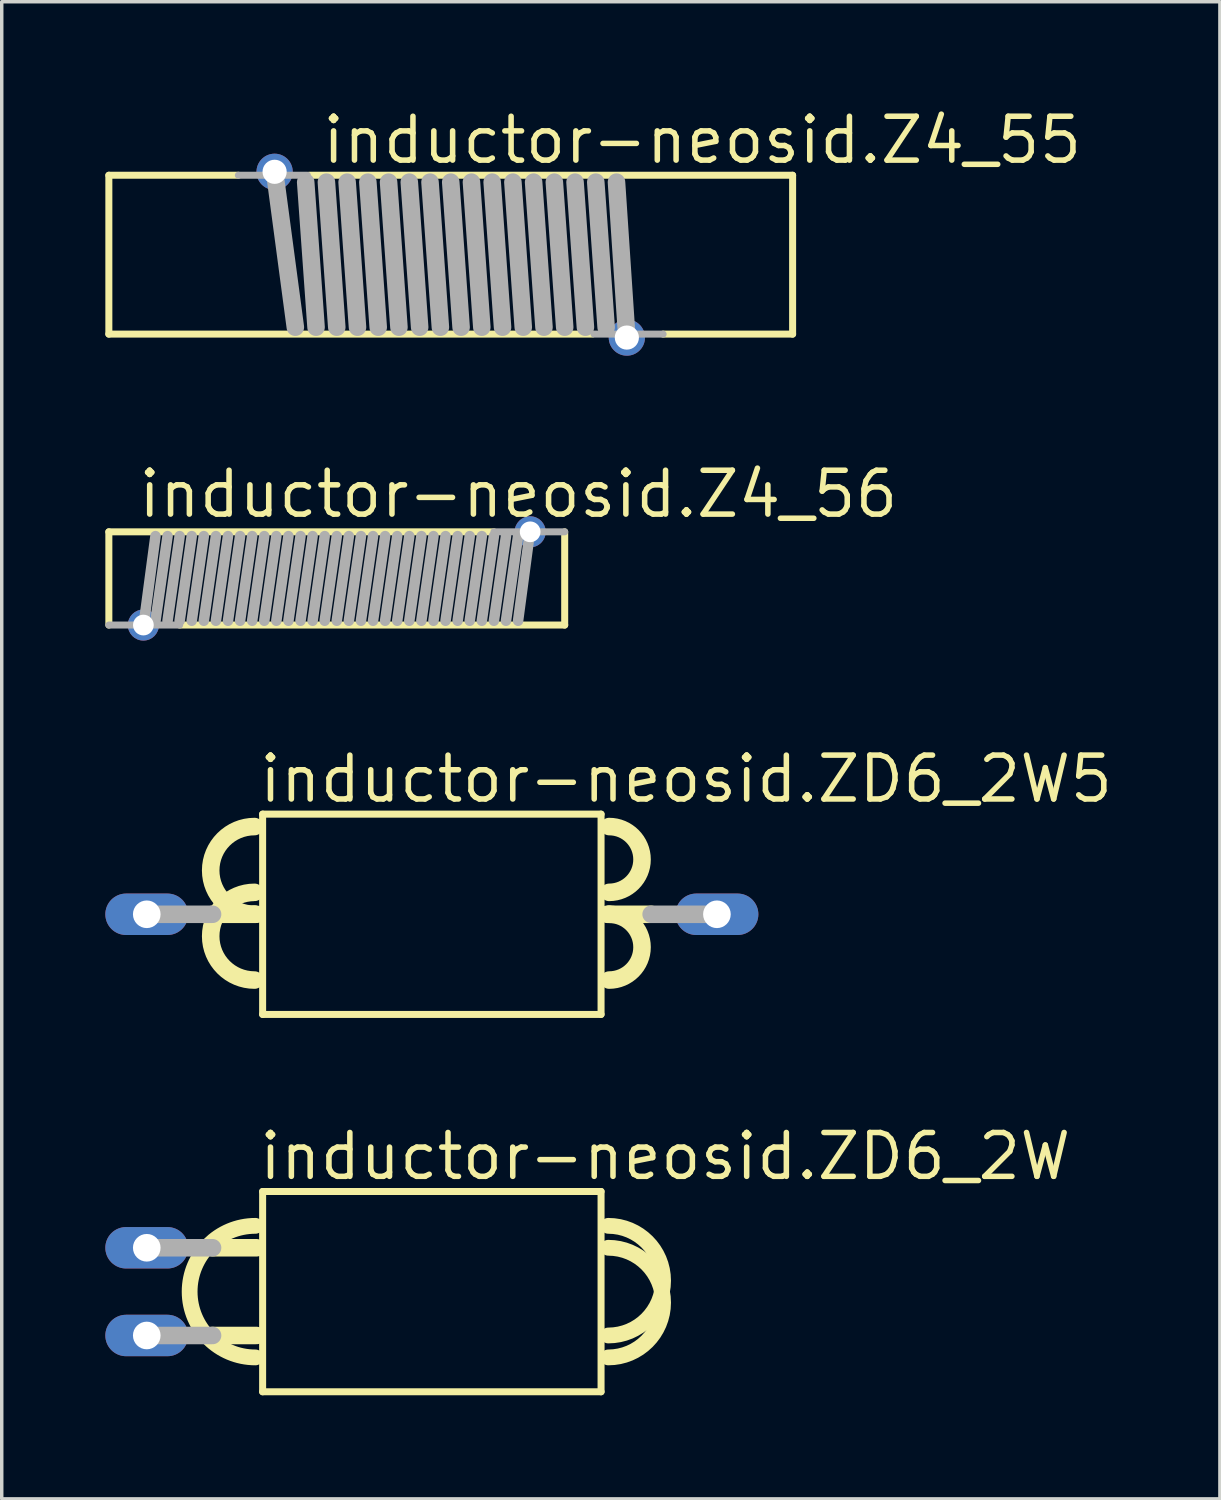
<source format=kicad_pcb>
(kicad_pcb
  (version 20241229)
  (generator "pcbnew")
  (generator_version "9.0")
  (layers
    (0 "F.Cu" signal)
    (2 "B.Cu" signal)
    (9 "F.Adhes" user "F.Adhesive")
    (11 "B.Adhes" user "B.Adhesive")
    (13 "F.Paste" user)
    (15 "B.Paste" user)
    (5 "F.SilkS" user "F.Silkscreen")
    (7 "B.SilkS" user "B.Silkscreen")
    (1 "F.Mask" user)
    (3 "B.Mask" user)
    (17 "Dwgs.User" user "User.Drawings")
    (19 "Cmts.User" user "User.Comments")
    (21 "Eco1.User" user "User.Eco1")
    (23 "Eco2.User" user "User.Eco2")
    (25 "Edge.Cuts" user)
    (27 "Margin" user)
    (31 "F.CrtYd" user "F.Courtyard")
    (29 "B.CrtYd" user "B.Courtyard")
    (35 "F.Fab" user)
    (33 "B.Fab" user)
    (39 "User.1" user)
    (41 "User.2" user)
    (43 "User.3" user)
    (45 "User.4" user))
  (footprint "inductor-neosid.Z4_55"
    (layer "F.Cu")
    (at 10.002 4.325)
    (property "Reference" "inductor-neosid.Z4_55" (at -3.8 -2.575 0) (layer "F.SilkS") (effects (font (size 1.27 1.27) (thickness 0.16)) (justify left bottom)))
    (attr through_hole)
    (fp_line (start -9.9 -2.3) (end -6.15 -2.3) (stroke (width 0.203) (type default)) (layer "F.SilkS"))
    (fp_line (start -9.9 2.3) (end -9.9 -2.3) (stroke (width 0.203) (type default)) (layer "F.SilkS"))
    (fp_line (start -4.1 -2.3) (end 9.9 -2.3) (stroke (width 0.203) (type default)) (layer "F.SilkS"))
    (fp_line (start 4.1 2.3) (end -9.9 2.3) (stroke (width 0.203) (type default)) (layer "F.SilkS"))
    (fp_line (start 9.9 -2.3) (end 9.9 2.3) (stroke (width 0.203) (type default)) (layer "F.SilkS"))
    (fp_line (start 9.9 2.3) (end 6.15 2.3) (stroke (width 0.203) (type default)) (layer "F.SilkS"))
    (fp_line (start -6.15 -2.3) (end -4.15 -2.3) (stroke (width 0.203) (type default)) (layer "F.Fab"))
    (fp_line (start -4.5 2.1) (end -5.1 -2.4) (stroke (width 0.508) (type default)) (layer "F.Fab"))
    (fp_line (start -3.9 2.1) (end -4.2 -2.1) (stroke (width 0.508) (type default)) (layer "F.Fab"))
    (fp_line (start -3.3 2.1) (end -3.6 -2.1) (stroke (width 0.508) (type default)) (layer "F.Fab"))
    (fp_line (start -2.7 2.1) (end -3 -2.1) (stroke (width 0.508) (type default)) (layer "F.Fab"))
    (fp_line (start -2.1 2.1) (end -2.4 -2.1) (stroke (width 0.508) (type default)) (layer "F.Fab"))
    (fp_line (start -1.5 2.1) (end -1.8 -2.1) (stroke (width 0.508) (type default)) (layer "F.Fab"))
    (fp_line (start -0.9 2.1) (end -1.2 -2.1) (stroke (width 0.508) (type default)) (layer "F.Fab"))
    (fp_line (start -0.3 2.1) (end -0.6 -2.1) (stroke (width 0.508) (type default)) (layer "F.Fab"))
    (fp_line (start 0.3 2.1) (end 0 -2.1) (stroke (width 0.508) (type default)) (layer "F.Fab"))
    (fp_line (start 0.9 2.1) (end 0.6 -2.1) (stroke (width 0.508) (type default)) (layer "F.Fab"))
    (fp_line (start 1.5 2.1) (end 1.2 -2.1) (stroke (width 0.508) (type default)) (layer "F.Fab"))
    (fp_line (start 2.1 2.1) (end 1.8 -2.1) (stroke (width 0.508) (type default)) (layer "F.Fab"))
    (fp_line (start 2.7 2.1) (end 2.4 -2.1) (stroke (width 0.508) (type default)) (layer "F.Fab"))
    (fp_line (start 3.3 2.1) (end 3 -2.1) (stroke (width 0.508) (type default)) (layer "F.Fab"))
    (fp_line (start 3.9 2.1) (end 3.6 -2.1) (stroke (width 0.508) (type default)) (layer "F.Fab"))
    (fp_line (start 4.5 2.1) (end 4.2 -2.1) (stroke (width 0.508) (type default)) (layer "F.Fab"))
    (fp_line (start 5.1 2.4) (end 4.8 -2.1) (stroke (width 0.508) (type default)) (layer "F.Fab"))
    (fp_line (start 6.15 2.3) (end 4.15 2.3) (stroke (width 0.203) (type default)) (layer "F.Fab"))
    (pad "1" thru_hole circle (at 5.1 2.4) (size 1.05 1.05) (drill 0.7) (layers "*.Cu" "*.Mask"))
    (pad "2" thru_hole circle (at -5.1 -2.4) (size 1.05 1.05) (drill 0.7) (layers "*.Cu" "*.Mask")))
  (footprint "inductor-neosid.ZD6_2W"
    (layer "F.Cu")
    (at 9.455 34.352)
    (property "Reference" "inductor-neosid.ZD6_2W" (at -5.08 -3.175 0) (layer "F.SilkS") (effects (font (size 1.27 1.27) (thickness 0.16)) (justify left bottom)))
    (attr through_hole)
    (fp_line (start -5.08 -1.27) (end -6.35 -1.27) (stroke (width 0.508) (type default)) (layer "F.SilkS"))
    (fp_line (start -5.08 1.27) (end -6.35 1.27) (stroke (width 0.508) (type default)) (layer "F.SilkS"))
    (fp_line (start -4.9 -2.9) (end -4.9 2.9) (stroke (width 0.203) (type default)) (layer "F.SilkS"))
    (fp_line (start -4.9 2.9) (end 4.9 2.9) (stroke (width 0.203) (type default)) (layer "F.SilkS"))
    (fp_line (start 4.9 -2.9) (end -4.9 -2.9) (stroke (width 0.203) (type default)) (layer "F.SilkS"))
    (fp_line (start 4.9 2.9) (end 4.9 -2.9) (stroke (width 0.203) (type default)) (layer "F.SilkS"))
    (fp_arc (start -5.1086 1.905) (mid -7.0136 0) (end -5.1086 -1.905) (stroke (width 0.4572) (type default)) (layer "F.SilkS"))
    (fp_arc (start 5.1086 -1.905) (mid 6.6961 -0.3175) (end 5.1086 1.27) (stroke (width 0.4572) (type default)) (layer "F.SilkS"))
    (fp_arc (start 5.1086 -1.27) (mid 6.6961 0.3175) (end 5.1086 1.905) (stroke (width 0.4572) (type default)) (layer "F.SilkS"))
    (fp_line (start -8.255 -1.27) (end -6.35 -1.27) (stroke (width 0.508) (type default)) (layer "F.Fab"))
    (fp_line (start -6.35 1.27) (end -8.255 1.27) (stroke (width 0.508) (type default)) (layer "F.Fab"))
    (pad "1" thru_hole oval (at -8.255 -1.27) (size 2.4 1.2) (drill 0.8) (layers "*.Cu" "*.Mask"))
    (pad "2" thru_hole oval (at -8.255 1.27) (size 2.4 1.2) (drill 0.8) (layers "*.Cu" "*.Mask")))
  (footprint "inductor-neosid.ZD6_2W5"
    (layer "F.Cu")
    (at 9.455 23.425)
    (property "Reference" "inductor-neosid.ZD6_2W5" (at -5.08 -3.175 0) (layer "F.SilkS") (effects (font (size 1.27 1.27) (thickness 0.16)) (justify left bottom)))
    (attr through_hole)
    (fp_line (start -5.134 0) (end -6.35 0) (stroke (width 0.508) (type default)) (layer "F.SilkS"))
    (fp_line (start -5.08 0) (end -5.134 0) (stroke (width 0.508) (type default)) (layer "F.SilkS"))
    (fp_line (start -4.9 -2.9) (end -4.9 2.9) (stroke (width 0.203) (type default)) (layer "F.SilkS"))
    (fp_line (start -4.9 2.9) (end 4.9 2.9) (stroke (width 0.203) (type default)) (layer "F.SilkS"))
    (fp_line (start 4.9 -2.9) (end -4.9 -2.9) (stroke (width 0.203) (type default)) (layer "F.SilkS"))
    (fp_line (start 4.9 2.9) (end 4.9 -2.9) (stroke (width 0.203) (type default)) (layer "F.SilkS"))
    (fp_line (start 5.08 0) (end 5.134 0) (stroke (width 0.508) (type default)) (layer "F.SilkS"))
    (fp_line (start 5.134 0) (end 6.35 0) (stroke (width 0.508) (type default)) (layer "F.SilkS"))
    (fp_arc (start -5.134 0) (mid -6.404 -1.27) (end -5.134 -2.54) (stroke (width 0.508) (type default)) (layer "F.SilkS"))
    (fp_arc (start -5.134 1.905) (mid -6.404 0.635) (end -5.134 -0.635) (stroke (width 0.508) (type default)) (layer "F.SilkS"))
    (fp_arc (start 5.134 -2.54) (mid 6.0865 -1.5875) (end 5.134 -0.635) (stroke (width 0.508) (type default)) (layer "F.SilkS"))
    (fp_arc (start 5.134 0) (mid 6.0865 0.9525) (end 5.134 1.905) (stroke (width 0.508) (type default)) (layer "F.SilkS"))
    (fp_line (start -8.255 0) (end -6.35 0) (stroke (width 0.508) (type default)) (layer "F.Fab"))
    (fp_line (start 6.35 0) (end 8.255 0) (stroke (width 0.508) (type default)) (layer "F.Fab"))
    (pad "1" thru_hole oval (at -8.255 0) (size 2.4 1.2) (drill 0.8) (layers "*.Cu" "*.Mask"))
    (pad "2" thru_hole oval (at 8.255 0) (size 2.4 1.2) (drill 0.8) (layers "*.Cu" "*.Mask")))
  (footprint "inductor-neosid.Z4_56"
    (layer "F.Cu")
    (at 6.702 13.7)
    (property "Reference" "inductor-neosid.Z4_56" (at -5.825 -1.7 0) (layer "F.SilkS") (effects (font (size 1.27 1.27) (thickness 0.16)) (justify left bottom)))
    (attr through_hole)
    (fp_line (start -6.6 -1.35) (end -6.6 1.35) (stroke (width 0.203) (type default)) (layer "F.SilkS"))
    (fp_line (start -4.55 1.35) (end 6.6 1.35) (stroke (width 0.203) (type default)) (layer "F.SilkS"))
    (fp_line (start 4.55 -1.35) (end -6.6 -1.35) (stroke (width 0.203) (type default)) (layer "F.SilkS"))
    (fp_line (start 6.6 1.35) (end 6.6 -1.35) (stroke (width 0.203) (type default)) (layer "F.SilkS"))
    (fp_line (start -6.6 1.35) (end -4.55 1.35) (stroke (width 0.203) (type default)) (layer "F.Fab"))
    (fp_line (start -5.6 1.4) (end -5.25 -1.225) (stroke (width 0.305) (type default)) (layer "F.Fab"))
    (fp_line (start -5.25 1.225) (end -4.9 -1.225) (stroke (width 0.305) (type default)) (layer "F.Fab"))
    (fp_line (start -4.9 1.225) (end -4.55 -1.225) (stroke (width 0.305) (type default)) (layer "F.Fab"))
    (fp_line (start -4.55 1.225) (end -4.2 -1.225) (stroke (width 0.305) (type default)) (layer "F.Fab"))
    (fp_line (start -4.2 1.225) (end -3.85 -1.225) (stroke (width 0.305) (type default)) (layer "F.Fab"))
    (fp_line (start -3.85 1.225) (end -3.5 -1.225) (stroke (width 0.305) (type default)) (layer "F.Fab"))
    (fp_line (start -3.5 1.225) (end -3.15 -1.225) (stroke (width 0.305) (type default)) (layer "F.Fab"))
    (fp_line (start -3.15 1.225) (end -2.8 -1.225) (stroke (width 0.305) (type default)) (layer "F.Fab"))
    (fp_line (start -2.8 1.225) (end -2.45 -1.225) (stroke (width 0.305) (type default)) (layer "F.Fab"))
    (fp_line (start -2.45 1.225) (end -2.1 -1.225) (stroke (width 0.305) (type default)) (layer "F.Fab"))
    (fp_line (start -2.1 1.225) (end -1.75 -1.225) (stroke (width 0.305) (type default)) (layer "F.Fab"))
    (fp_line (start -1.75 1.225) (end -1.4 -1.225) (stroke (width 0.305) (type default)) (layer "F.Fab"))
    (fp_line (start -1.4 1.225) (end -1.05 -1.225) (stroke (width 0.305) (type default)) (layer "F.Fab"))
    (fp_line (start -1.05 1.225) (end -0.7 -1.225) (stroke (width 0.305) (type default)) (layer "F.Fab"))
    (fp_line (start -0.7 1.225) (end -0.35 -1.225) (stroke (width 0.305) (type default)) (layer "F.Fab"))
    (fp_line (start -0.35 1.225) (end 0 -1.225) (stroke (width 0.305) (type default)) (layer "F.Fab"))
    (fp_line (start 0 1.225) (end 0.35 -1.225) (stroke (width 0.305) (type default)) (layer "F.Fab"))
    (fp_line (start 0.35 1.225) (end 0.7 -1.225) (stroke (width 0.305) (type default)) (layer "F.Fab"))
    (fp_line (start 0.7 1.225) (end 1.05 -1.225) (stroke (width 0.305) (type default)) (layer "F.Fab"))
    (fp_line (start 1.05 1.225) (end 1.4 -1.225) (stroke (width 0.305) (type default)) (layer "F.Fab"))
    (fp_line (start 1.4 1.225) (end 1.75 -1.225) (stroke (width 0.305) (type default)) (layer "F.Fab"))
    (fp_line (start 1.75 1.225) (end 2.1 -1.225) (stroke (width 0.305) (type default)) (layer "F.Fab"))
    (fp_line (start 2.1 1.225) (end 2.45 -1.225) (stroke (width 0.305) (type default)) (layer "F.Fab"))
    (fp_line (start 2.45 1.225) (end 2.8 -1.225) (stroke (width 0.305) (type default)) (layer "F.Fab"))
    (fp_line (start 2.8 1.225) (end 3.15 -1.225) (stroke (width 0.305) (type default)) (layer "F.Fab"))
    (fp_line (start 3.15 1.225) (end 3.5 -1.225) (stroke (width 0.305) (type default)) (layer "F.Fab"))
    (fp_line (start 3.5 1.225) (end 3.85 -1.225) (stroke (width 0.305) (type default)) (layer "F.Fab"))
    (fp_line (start 3.85 1.225) (end 4.2 -1.225) (stroke (width 0.305) (type default)) (layer "F.Fab"))
    (fp_line (start 4.2 1.225) (end 4.55 -1.225) (stroke (width 0.305) (type default)) (layer "F.Fab"))
    (fp_line (start 4.55 1.225) (end 4.9 -1.225) (stroke (width 0.305) (type default)) (layer "F.Fab"))
    (fp_line (start 4.9 1.225) (end 5.25 -1.225) (stroke (width 0.305) (type default)) (layer "F.Fab"))
    (fp_line (start 5.6 -1.4) (end 5.25 1.225) (stroke (width 0.305) (type default)) (layer "F.Fab"))
    (fp_line (start 6.6 -1.35) (end 4.55 -1.35) (stroke (width 0.203) (type default)) (layer "F.Fab"))
    (pad "1" thru_hole circle (at -5.6 1.35) (size 0.9 0.9) (drill 0.6) (layers "*.Cu" "*.Mask"))
    (pad "2" thru_hole circle (at 5.6 -1.35) (size 0.9 0.9) (drill 0.6) (layers "*.Cu" "*.Mask")))
  (gr_rect
    (start -3 -3)
    (end 32.275 40.353)
    (stroke (width 0.1) (type default))
    (fill no)
    (layer "Edge.Cuts")))
</source>
